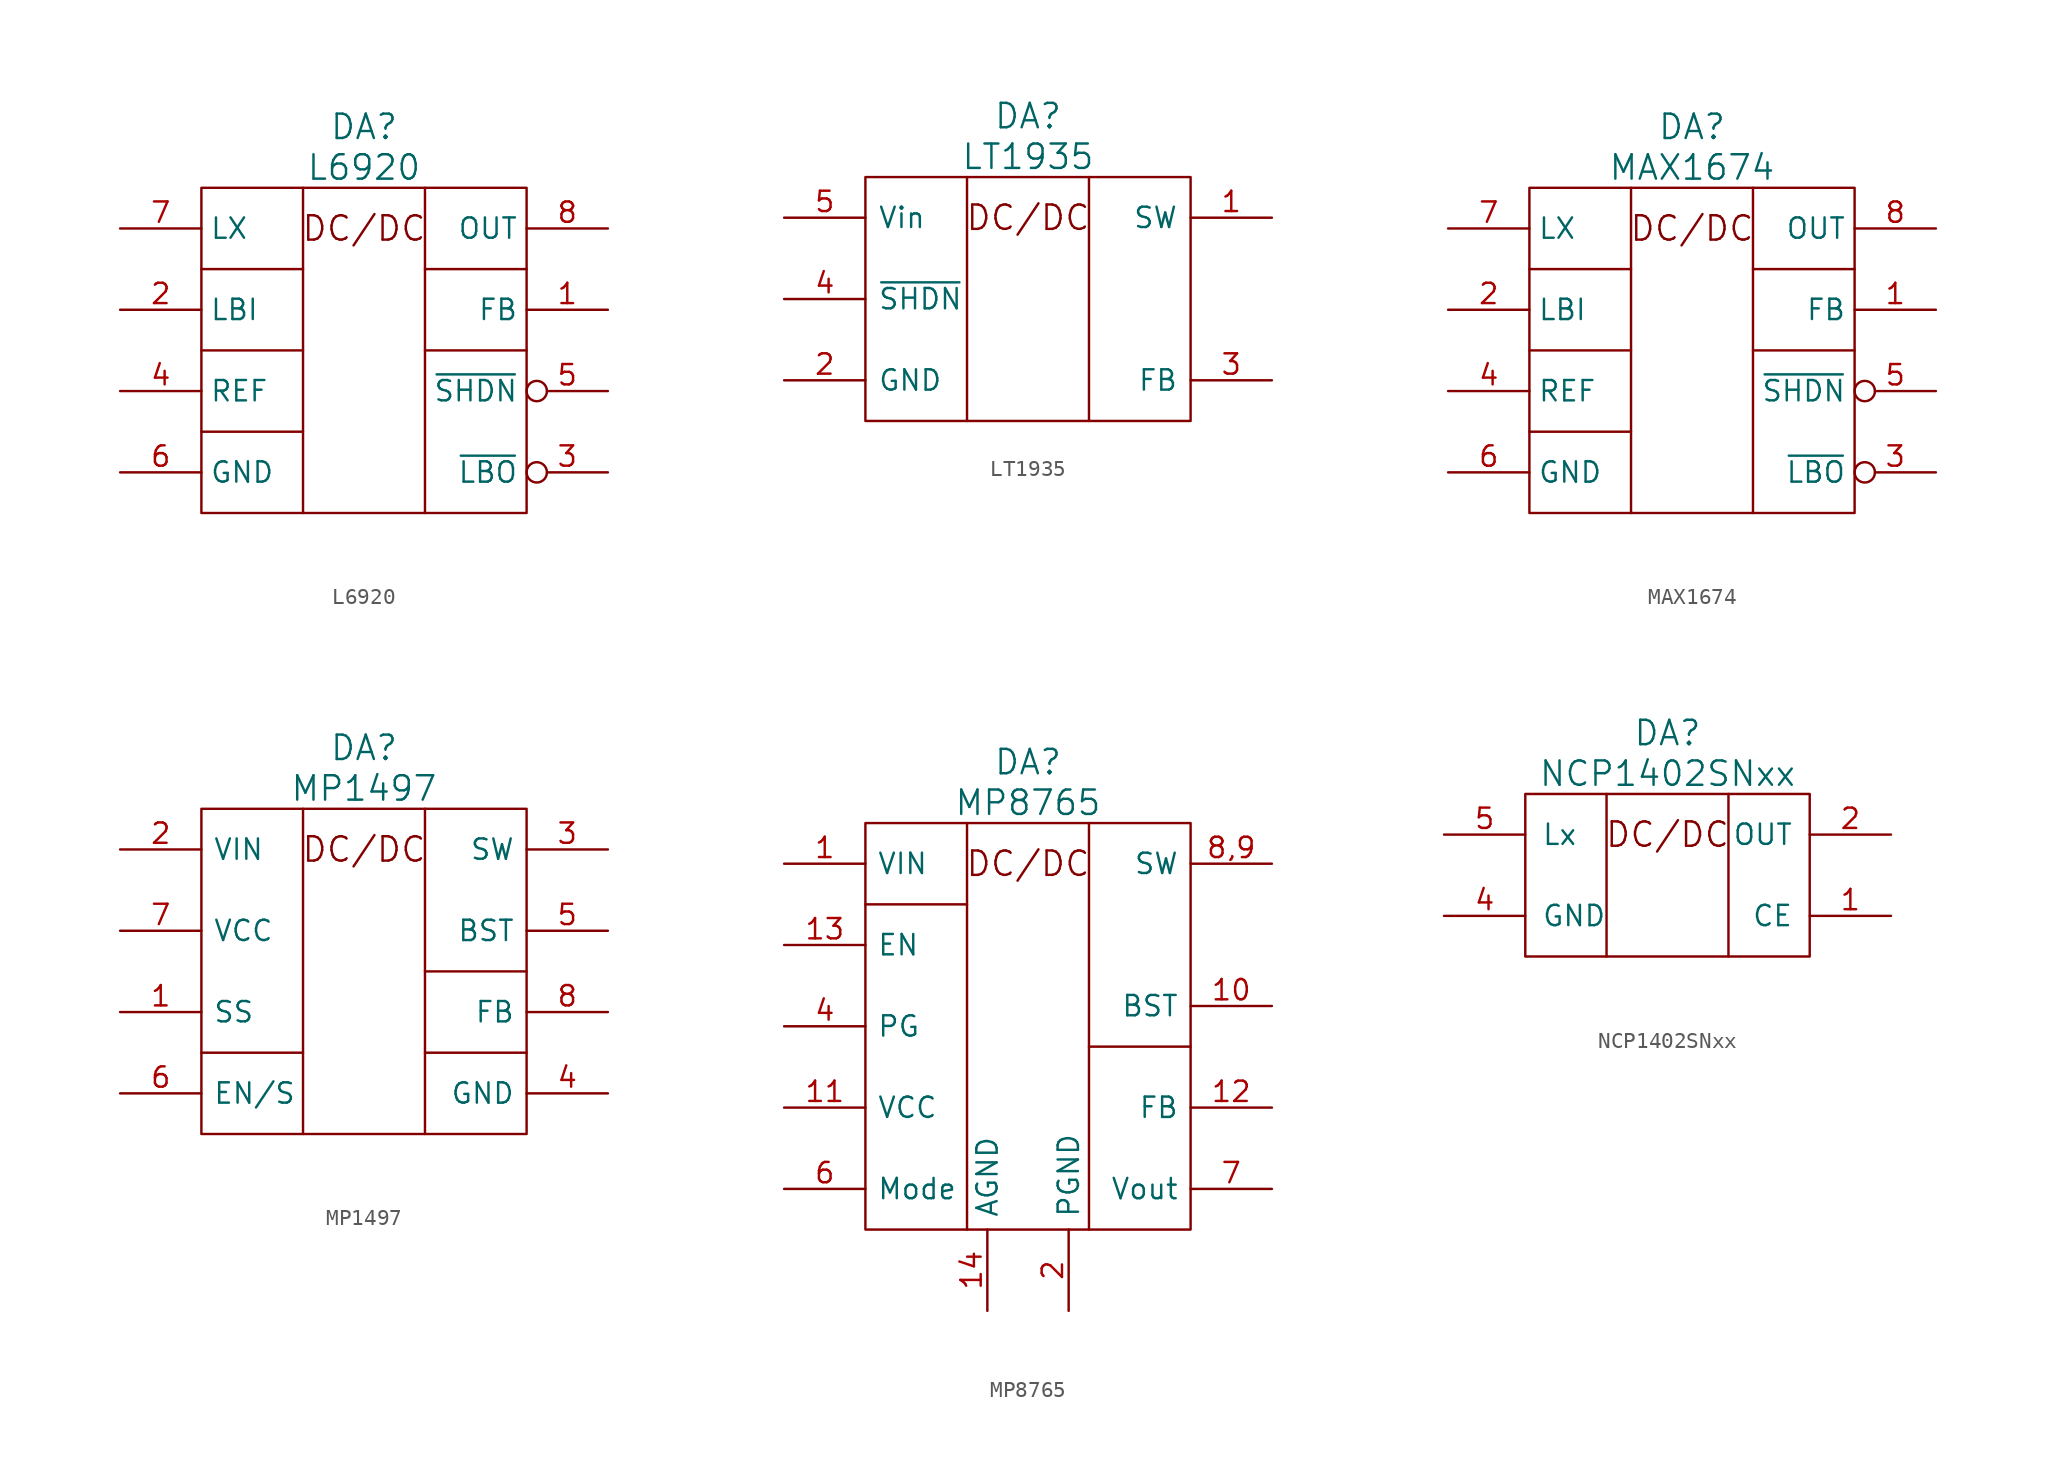
<source format=kicad_sym>
(kicad_symbol_lib
  (version 20220914)
  (generator kicad_symbol_editor)
  (symbol "L6920"
    (property "Reference" "DA"
      (at 0 13.97 0)
      (effects (font (size 1.524 1.524))))
    (property "Value" "L6920"
      (at 0 11.43 0)
      (effects (font (size 1.524 1.524))))
    (property "Datasheet" ""
      (at 0 -11.43 0)
      (effects (font (size 1.524 1.524))))
    (symbol "L6920_0_0"
      (text "DC/DC" (at 0 7.62 0) (effects (font (size 1.524 1.524)))))
    (symbol "L6920_0_1"
      (rectangle (start -10.16 10.16) (end 10.16 -10.16) (stroke (width 0) (type solid)) (fill (type none)))
      (polyline (pts (xy -10.16 -5.08) (xy -3.81 -5.08)) (stroke (width 0) (type solid)) (fill (type none)))
      (polyline (pts (xy -10.16 0) (xy -3.81 0)) (stroke (width 0) (type solid)) (fill (type none)))
      (polyline (pts (xy -10.16 5.08) (xy -3.81 5.08)) (stroke (width 0) (type solid)) (fill (type none)))
      (polyline (pts (xy 3.81 0) (xy 10.16 0)) (stroke (width 0) (type solid)) (fill (type none)))
      (polyline (pts (xy -3.81 10.16) (xy -3.81 -3.81) (xy -3.81 -10.16)) (stroke (width 0) (type solid)) (fill (type none)))
      (polyline (pts (xy 10.16 5.08) (xy 3.81 5.08) (xy 3.81 5.08)) (stroke (width 0) (type solid)) (fill (type none)))
      (polyline (pts (xy 3.81 -10.16) (xy 3.81 10.16) (xy 3.81 10.16) (xy 3.81 10.16)) (stroke (width 0) (type solid)) (fill (type none))))
    (symbol "L6920_1_1"
      (pin input line (at 15.24 2.54 180) (length 5.08) (name "FB" (effects (font (size 1.27 1.27)))) (number "1" (effects (font (size 1.27 1.27)))))
      (pin input line (at -15.24 2.54 0) (length 5.08) (name "LBI" (effects (font (size 1.27 1.27)))) (number "2" (effects (font (size 1.27 1.27)))))
      (pin open_collector inverted (at 15.24 -7.62 180) (length 5.08) (name "~{LBO}" (effects (font (size 1.27 1.27)))) (number "3" (effects (font (size 1.27 1.27)))))
      (pin passive line (at -15.24 -2.54 0) (length 5.08) (name "REF" (effects (font (size 1.27 1.27)))) (number "4" (effects (font (size 1.27 1.27)))))
      (pin input inverted (at 15.24 -2.54 180) (length 5.08) (name "~{SHDN}" (effects (font (size 1.27 1.27)))) (number "5" (effects (font (size 1.27 1.27)))))
      (pin power_in line (at -15.24 -7.62 0) (length 5.08) (name "GND" (effects (font (size 1.27 1.27)))) (number "6" (effects (font (size 1.27 1.27)))))
      (pin passive line (at -15.24 7.62 0) (length 5.08) (name "LX" (effects (font (size 1.27 1.27)))) (number "7" (effects (font (size 1.27 1.27)))))
      (pin power_out line (at 15.24 7.62 180) (length 5.08) (name "OUT" (effects (font (size 1.27 1.27)))) (number "8" (effects (font (size 1.27 1.27)))))))
  (symbol "LT1935"
    (pin_names
      (offset 0.762))
    (property "Reference" "DA"
      (at 0 8.89 0)
      (effects (font (size 1.524 1.524))))
    (property "Value" "LT1935"
      (at 0 6.35 0)
      (effects (font (size 1.524 1.524))))
    (property "Datasheet" ""
      (at 0 -6.35 0)
      (effects (font (size 1.524 1.524))))
    (symbol "LT1935_0_0"
      (text "DC/DC" (at 0 2.54 0) (effects (font (size 1.524 1.524)))))
    (symbol "LT1935_0_1"
      (rectangle (start -10.16 5.08) (end 10.16 -10.16) (stroke (width 0) (type solid)) (fill (type none)))
      (polyline (pts (xy -3.81 5.08) (xy -3.81 -3.81) (xy -3.81 -10.16)) (stroke (width 0) (type solid)) (fill (type none)))
      (polyline (pts (xy 3.81 -10.16) (xy 3.81 5.08) (xy 3.81 5.08) (xy 3.81 5.08)) (stroke (width 0) (type solid)) (fill (type none))))
    (symbol "LT1935_1_1"
      (pin passive line (at 15.24 2.54 180) (length 5.08) (name "SW" (effects (font (size 1.27 1.27)))) (number "1" (effects (font (size 1.27 1.27)))))
      (pin power_in line (at -15.24 -7.62 0) (length 5.08) (name "GND" (effects (font (size 1.27 1.27)))) (number "2" (effects (font (size 1.27 1.27)))))
      (pin passive line (at 15.24 -7.62 180) (length 5.08) (name "FB" (effects (font (size 1.27 1.27)))) (number "3" (effects (font (size 1.27 1.27)))))
      (pin input line (at -15.24 -2.54 0) (length 5.08) (name "~{SHDN}" (effects (font (size 1.27 1.27)))) (number "4" (effects (font (size 1.27 1.27)))))
      (pin power_in line (at -15.24 2.54 0) (length 5.08) (name "Vin" (effects (font (size 1.27 1.27)))) (number "5" (effects (font (size 1.27 1.27)))))))
  (symbol "MAX1674"
    (property "Reference" "DA"
      (at 0 13.97 0)
      (effects (font (size 1.524 1.524))))
    (property "Value" "MAX1674"
      (at 0 11.43 0)
      (effects (font (size 1.524 1.524))))
    (property "Datasheet" ""
      (at 0 -11.43 0)
      (effects (font (size 1.524 1.524))))
    (symbol "MAX1674_0_0"
      (text "DC/DC" (at 0 7.62 0) (effects (font (size 1.524 1.524)))))
    (symbol "MAX1674_0_1"
      (rectangle (start -10.16 10.16) (end 10.16 -10.16) (stroke (width 0) (type solid)) (fill (type none)))
      (polyline (pts (xy -10.16 -5.08) (xy -3.81 -5.08)) (stroke (width 0) (type solid)) (fill (type none)))
      (polyline (pts (xy -10.16 0) (xy -3.81 0)) (stroke (width 0) (type solid)) (fill (type none)))
      (polyline (pts (xy -10.16 5.08) (xy -3.81 5.08)) (stroke (width 0) (type solid)) (fill (type none)))
      (polyline (pts (xy 3.81 0) (xy 10.16 0)) (stroke (width 0) (type solid)) (fill (type none)))
      (polyline (pts (xy -3.81 10.16) (xy -3.81 -3.81) (xy -3.81 -10.16)) (stroke (width 0) (type solid)) (fill (type none)))
      (polyline (pts (xy 10.16 5.08) (xy 3.81 5.08) (xy 3.81 5.08)) (stroke (width 0) (type solid)) (fill (type none)))
      (polyline (pts (xy 3.81 -10.16) (xy 3.81 10.16) (xy 3.81 10.16) (xy 3.81 10.16)) (stroke (width 0) (type solid)) (fill (type none))))
    (symbol "MAX1674_1_1"
      (pin input line (at 15.24 2.54 180) (length 5.08) (name "FB" (effects (font (size 1.27 1.27)))) (number "1" (effects (font (size 1.27 1.27)))))
      (pin input line (at -15.24 2.54 0) (length 5.08) (name "LBI" (effects (font (size 1.27 1.27)))) (number "2" (effects (font (size 1.27 1.27)))))
      (pin open_collector inverted (at 15.24 -7.62 180) (length 5.08) (name "~{LBO}" (effects (font (size 1.27 1.27)))) (number "3" (effects (font (size 1.27 1.27)))))
      (pin passive line (at -15.24 -2.54 0) (length 5.08) (name "REF" (effects (font (size 1.27 1.27)))) (number "4" (effects (font (size 1.27 1.27)))))
      (pin input inverted (at 15.24 -2.54 180) (length 5.08) (name "~{SHDN}" (effects (font (size 1.27 1.27)))) (number "5" (effects (font (size 1.27 1.27)))))
      (pin power_in line (at -15.24 -7.62 0) (length 5.08) (name "GND" (effects (font (size 1.27 1.27)))) (number "6" (effects (font (size 1.27 1.27)))))
      (pin passive line (at -15.24 7.62 0) (length 5.08) (name "LX" (effects (font (size 1.27 1.27)))) (number "7" (effects (font (size 1.27 1.27)))))
      (pin power_out line (at 15.24 7.62 180) (length 5.08) (name "OUT" (effects (font (size 1.27 1.27)))) (number "8" (effects (font (size 1.27 1.27)))))))
  (symbol "MP1497"
    (pin_names
      (offset 0.711))
    (property "Reference" "DA"
      (at 0 13.97 0)
      (effects (font (size 1.524 1.524))))
    (property "Value" "MP1497"
      (at 0 11.43 0)
      (effects (font (size 1.524 1.524))))
    (property "Datasheet" ""
      (at 6.35 -11.43 0)
      (effects (font (size 1.524 1.524))))
    (symbol "MP1497_0_0"
      (text "DC/DC" (at 0 7.62 0) (effects (font (size 1.524 1.524)))))
    (symbol "MP1497_0_1"
      (rectangle (start -10.16 10.16) (end 10.16 -10.16) (stroke (width 0) (type solid)) (fill (type none)))
      (polyline (pts (xy -10.16 -5.08) (xy -3.81 -5.08)) (stroke (width 0) (type solid)) (fill (type none)))
      (polyline (pts (xy 3.81 -5.08) (xy 10.16 -5.08)) (stroke (width 0) (type solid)) (fill (type none)))
      (polyline (pts (xy -3.81 10.16) (xy -3.81 -3.81) (xy -3.81 -10.16)) (stroke (width 0) (type solid)) (fill (type none)))
      (polyline (pts (xy 10.16 0) (xy 3.81 0) (xy 3.81 0)) (stroke (width 0) (type solid)) (fill (type none)))
      (polyline (pts (xy 3.81 -10.16) (xy 3.81 10.16) (xy 3.81 10.16) (xy 3.81 10.16)) (stroke (width 0) (type solid)) (fill (type none))))
    (symbol "MP1497_1_1"
      (pin passive line (at -15.24 -2.54 0) (length 5.08) (name "SS" (effects (font (size 1.27 1.27)))) (number "1" (effects (font (size 1.27 1.27)))))
      (pin power_in line (at -15.24 7.62 0) (length 5.08) (name "VIN" (effects (font (size 1.27 1.27)))) (number "2" (effects (font (size 1.27 1.27)))))
      (pin power_out line (at 15.24 7.62 180) (length 5.08) (name "SW" (effects (font (size 1.27 1.27)))) (number "3" (effects (font (size 1.27 1.27)))))
      (pin power_in line (at 15.24 -7.62 180) (length 5.08) (name "GND" (effects (font (size 1.27 1.27)))) (number "4" (effects (font (size 1.27 1.27)))))
      (pin passive line (at 15.24 2.54 180) (length 5.08) (name "BST" (effects (font (size 1.27 1.27)))) (number "5" (effects (font (size 1.27 1.27)))))
      (pin passive line (at -15.24 -7.62 0) (length 5.08) (name "EN/S" (effects (font (size 1.27 1.27)))) (number "6" (effects (font (size 1.27 1.27)))))
      (pin passive line (at -15.24 2.54 0) (length 5.08) (name "VCC" (effects (font (size 1.27 1.27)))) (number "7" (effects (font (size 1.27 1.27)))))
      (pin passive line (at 15.24 -2.54 180) (length 5.08) (name "FB" (effects (font (size 1.27 1.27)))) (number "8" (effects (font (size 1.27 1.27)))))))
  (symbol "MP8765"
    (pin_names
      (offset 0.711))
    (property "Reference" "DA"
      (at 0 16.51 0)
      (effects (font (size 1.524 1.524))))
    (property "Value" "MP8765"
      (at 0 13.97 0)
      (effects (font (size 1.524 1.524))))
    (property "Datasheet" ""
      (at 6.35 -8.89 0)
      (effects (font (size 1.524 1.524))))
    (symbol "MP8765_0_0"
      (text "DC/DC" (at 0 10.16 0) (effects (font (size 1.524 1.524)))))
    (symbol "MP8765_0_1"
      (rectangle (start -10.16 12.7) (end 10.16 -12.7) (stroke (width 0) (type solid)) (fill (type none)))
      (polyline (pts (xy -10.16 7.62) (xy -3.81 7.62)) (stroke (width 0) (type solid)) (fill (type none)))
      (polyline (pts (xy -3.81 12.7) (xy -3.81 -1.27) (xy -3.81 -12.7)) (stroke (width 0) (type solid)) (fill (type none)))
      (polyline (pts (xy 10.16 -1.27) (xy 3.81 -1.27) (xy 3.81 -1.27)) (stroke (width 0) (type solid)) (fill (type none)))
      (polyline (pts (xy 3.81 -12.7) (xy 3.81 12.7) (xy 3.81 12.7) (xy 3.81 12.7)) (stroke (width 0) (type solid)) (fill (type none))))
    (symbol "MP8765_1_1"
      (pin power_in line (at -15.24 10.16 0) (length 5.08) (name "VIN" (effects (font (size 1.27 1.27)))) (number "1" (effects (font (size 1.27 1.27)))))
      (pin passive line (at 15.24 1.27 180) (length 5.08) (name "BST" (effects (font (size 1.27 1.27)))) (number "10" (effects (font (size 1.27 1.27)))))
      (pin passive line (at -15.24 -5.08 0) (length 5.08) (name "VCC" (effects (font (size 1.27 1.27)))) (number "11" (effects (font (size 1.27 1.27)))))
      (pin passive line (at 15.24 -5.08 180) (length 5.08) (name "FB" (effects (font (size 1.27 1.27)))) (number "12" (effects (font (size 1.27 1.27)))))
      (pin passive line (at -15.24 5.08 0) (length 5.08) (name "EN" (effects (font (size 1.27 1.27)))) (number "13" (effects (font (size 1.27 1.27)))))
      (pin power_in line (at -2.54 -17.78 90) (length 5.08) (name "AGND" (effects (font (size 1.27 1.27)))) (number "14" (effects (font (size 1.27 1.27)))))
      (pin power_in line (at 2.54 -17.78 90) (length 5.08) (name "PGND" (effects (font (size 1.27 1.27)))) (number "2" (effects (font (size 1.27 1.27)))))
      (pin passive line (at -15.24 0 0) (length 5.08) (name "PG" (effects (font (size 1.27 1.27)))) (number "4" (effects (font (size 1.27 1.27)))))
      (pin passive line (at -15.24 -10.16 0) (length 5.08) (name "Mode" (effects (font (size 1.27 1.27)))) (number "6" (effects (font (size 1.27 1.27)))))
      (pin passive line (at 15.24 -10.16 180) (length 5.08) (name "Vout" (effects (font (size 1.27 1.27)))) (number "7" (effects (font (size 1.27 1.27)))))
      (pin power_out line (at 15.24 10.16 180) (length 5.08) (name "SW" (effects (font (size 1.27 1.27)))) (number "8,9" (effects (font (size 1.27 1.27)))))))
  (symbol "NCP1402SNxx"
    (pin_names
      (offset 1.016))
    (property "Reference" "DA"
      (at 0 8.89 0)
      (effects (font (size 1.524 1.524))))
    (property "Value" "NCP1402SNxx"
      (at 0 6.35 0)
      (effects (font (size 1.524 1.524))))
    (property "Datasheet" ""
      (at 0 -6.35 0)
      (effects (font (size 1.524 1.524))))
    (symbol "NCP1402SNxx_0_0"
      (text "DC/DC" (at 0 2.54 0) (effects (font (size 1.524 1.524)))))
    (symbol "NCP1402SNxx_0_1"
      (rectangle (start -8.89 5.08) (end 8.89 -5.08) (stroke (width 0) (type solid)) (fill (type none)))
      (polyline (pts (xy -3.81 5.08) (xy -3.81 -3.81) (xy -3.81 -5.08)) (stroke (width 0) (type solid)) (fill (type none)))
      (polyline (pts (xy 3.81 -5.08) (xy 3.81 5.08) (xy 3.81 5.08) (xy 3.81 5.08)) (stroke (width 0) (type solid)) (fill (type none))))
    (symbol "NCP1402SNxx_1_1"
      (pin input line (at 13.97 -2.54 180) (length 5.08) (name "CE" (effects (font (size 1.27 1.27)))) (number "1" (effects (font (size 1.27 1.27)))))
      (pin power_out line (at 13.97 2.54 180) (length 5.08) (name "OUT" (effects (font (size 1.27 1.27)))) (number "2" (effects (font (size 1.27 1.27)))))
      (pin no_connect line (at -13.97 -7.62 0) (length 5.08) hide (name "NC" (effects (font (size 1.27 1.27)))) (number "3" (effects (font (size 1.27 1.27)))))
      (pin power_in line (at -13.97 -2.54 0) (length 5.08) (name "GND" (effects (font (size 1.27 1.27)))) (number "4" (effects (font (size 1.27 1.27)))))
      (pin passive line (at -13.97 2.54 0) (length 5.08) (name "Lx" (effects (font (size 1.27 1.27)))) (number "5" (effects (font (size 1.27 1.27))))))))
</source>
